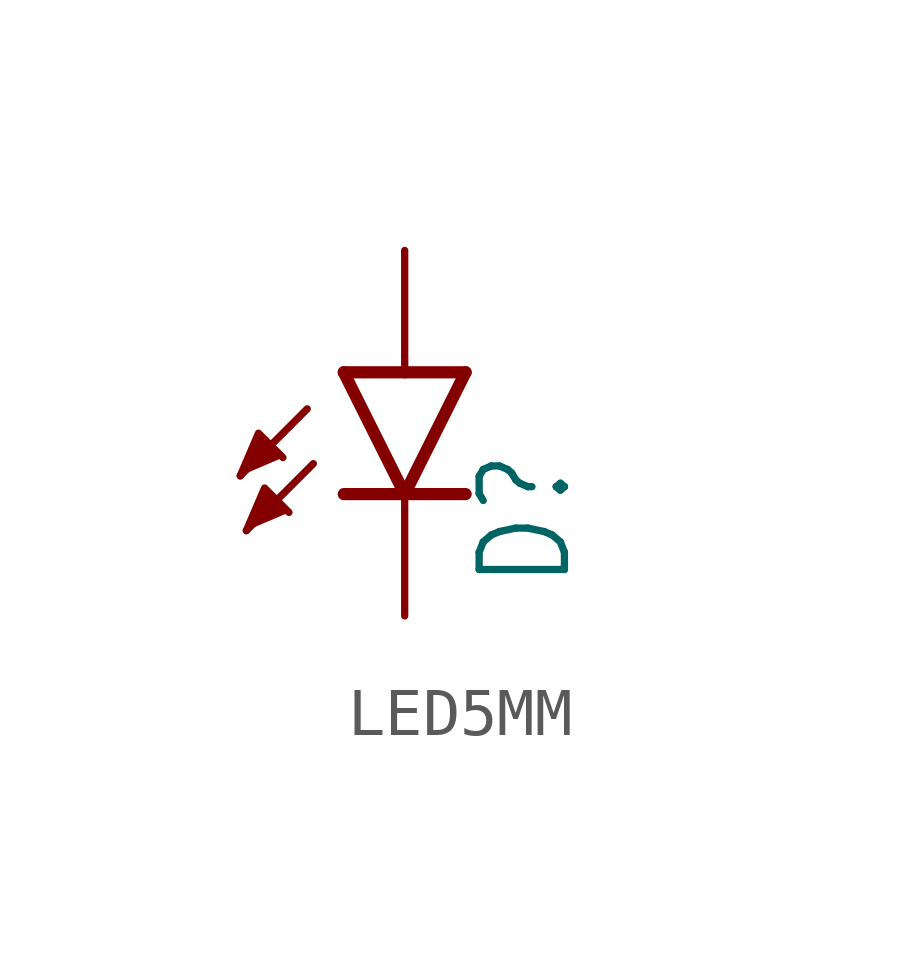
<source format=kicad_sym>
(kicad_symbol_lib
  (version 20220914)
  (generator kicad_symbol_editor)
  (symbol "LED5MM"
    (property "Reference" "D"
      (at 3.556 -4.572 90)
      (effects (font (size 1.778 1.511)) (justify left bottom)))
    (property "Value" ""
      (at 5.715 -4.572 90)
      (effects (font (size 1.778 1.511)) (justify left bottom)))
    (property "ki_locked" ""
      (at 0 0 0)
      (effects (font (size 1.27 1.27))))
    (symbol "LED5MM_1_0"
      (polyline (pts (xy -2.032 -0.762) (xy -3.429 -2.159)) (stroke (width 0.152) (type solid)) (fill (type none)))
      (polyline (pts (xy -1.905 -1.905) (xy -3.302 -3.302)) (stroke (width 0.152) (type solid)) (fill (type none)))
      (polyline (pts (xy 0 -2.54) (xy -1.27 -2.54)) (stroke (width 0.254) (type solid)) (fill (type none)))
      (polyline (pts (xy 0 -2.54) (xy -1.27 0)) (stroke (width 0.254) (type solid)) (fill (type none)))
      (polyline (pts (xy 0 0) (xy -1.27 0)) (stroke (width 0.254) (type solid)) (fill (type none)))
      (polyline (pts (xy 1.27 -2.54) (xy 0 -2.54)) (stroke (width 0.254) (type solid)) (fill (type none)))
      (polyline (pts (xy 1.27 0) (xy 0 -2.54)) (stroke (width 0.254) (type solid)) (fill (type none)))
      (polyline (pts (xy 1.27 0) (xy 0 0)) (stroke (width 0.254) (type solid)) (fill (type none)))
      (polyline (pts (xy -3.429 -2.159) (xy -3.048 -1.27) (xy -2.54 -1.778)) (stroke (width 0.152) (type solid)) (fill (type outline)))
      (polyline (pts (xy -3.302 -3.302) (xy -2.921 -2.413) (xy -2.413 -2.921)) (stroke (width 0.152) (type solid)) (fill (type outline)))
      (pin passive line (at 0 2.54 270) (length 2.54) (name "A" (effects (font (size 0 0)))) (number "A" (effects (font (size 0 0)))))
      (pin passive line (at 0 -5.08 90) (length 2.54) (name "C" (effects (font (size 0 0)))) (number "K" (effects (font (size 0 0))))))))
</source>
